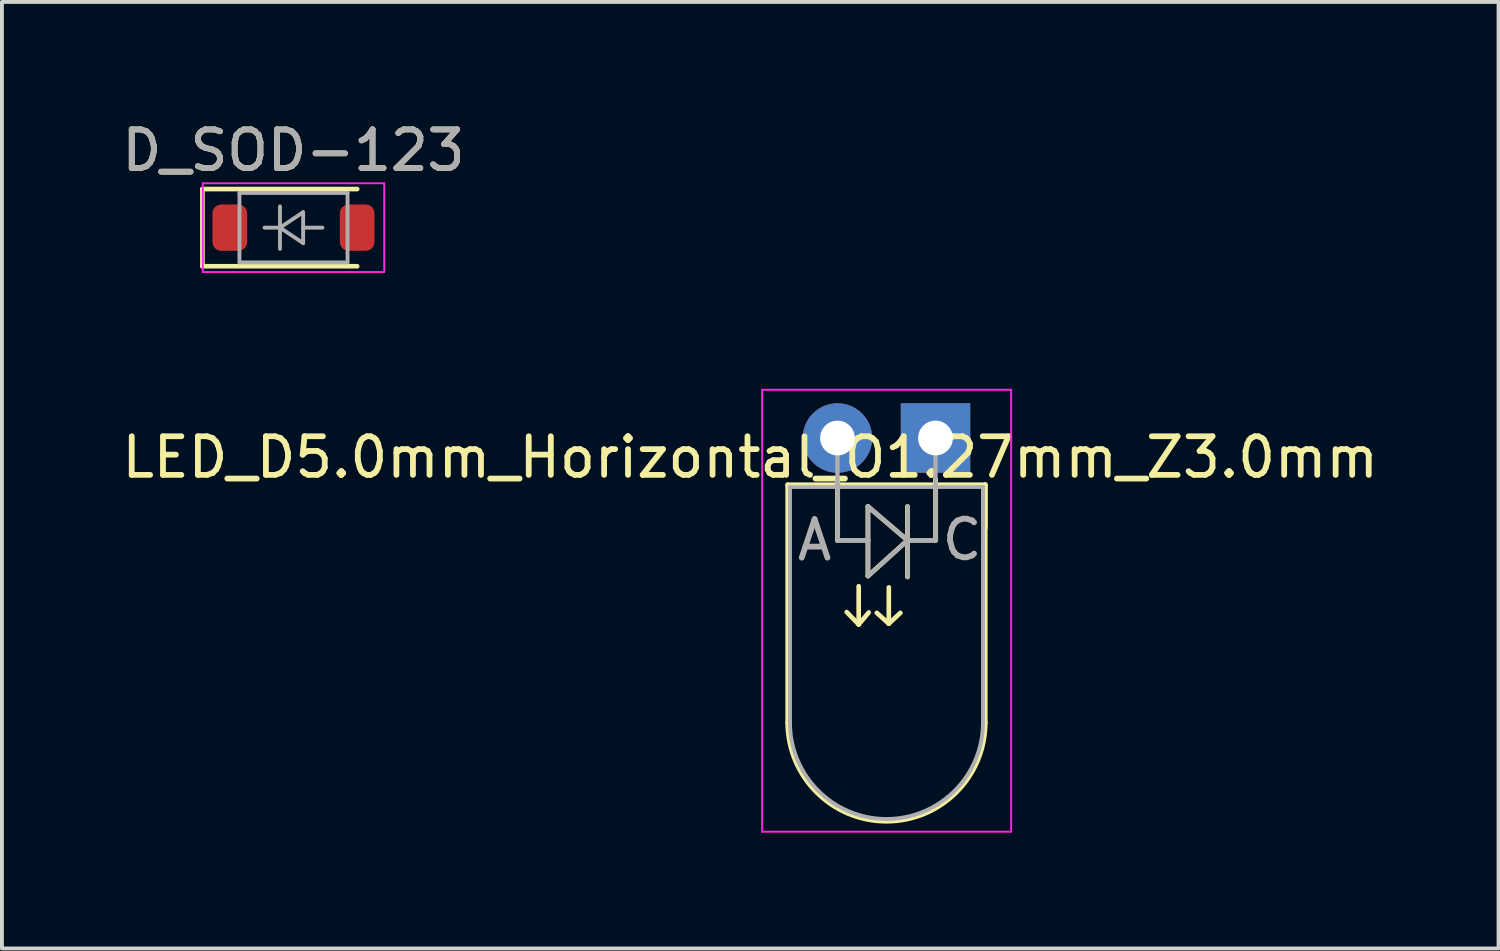
<source format=kicad_pcb>
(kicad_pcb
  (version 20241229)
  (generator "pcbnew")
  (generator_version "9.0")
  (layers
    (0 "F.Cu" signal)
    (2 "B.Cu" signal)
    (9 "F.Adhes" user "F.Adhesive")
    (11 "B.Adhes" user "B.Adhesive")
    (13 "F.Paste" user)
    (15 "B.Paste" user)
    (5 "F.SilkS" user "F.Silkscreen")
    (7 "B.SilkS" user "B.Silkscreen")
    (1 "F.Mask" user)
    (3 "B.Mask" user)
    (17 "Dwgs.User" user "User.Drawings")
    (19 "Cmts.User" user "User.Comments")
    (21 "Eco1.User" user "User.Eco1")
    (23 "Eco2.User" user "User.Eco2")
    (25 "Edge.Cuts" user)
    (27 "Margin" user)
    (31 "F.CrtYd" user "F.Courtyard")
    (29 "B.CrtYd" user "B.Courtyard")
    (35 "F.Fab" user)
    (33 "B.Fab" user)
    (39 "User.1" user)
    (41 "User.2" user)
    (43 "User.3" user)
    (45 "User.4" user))
  (footprint "D_SOD-123"
    (layer "F.Cu")
    (at 4.554 2.848)
    (property "Reference" "D_SOD-123" (at 0 -2 0) (layer "F.SilkS") (effects (font (size 1 1) (thickness 0.15))))
    (attr smd)
    (fp_line (start -2.36 -1) (end -2.36 1) (stroke (width 0.12) (type solid)) (layer "F.SilkS"))
    (fp_line (start -2.36 -1) (end 1.65 -1) (stroke (width 0.12) (type solid)) (layer "F.SilkS"))
    (fp_line (start -2.36 1) (end 1.65 1) (stroke (width 0.12) (type solid)) (layer "F.SilkS"))
    (fp_line (start -2.35 -1.15) (end -2.35 1.15) (stroke (width 0.05) (type solid)) (layer "F.CrtYd"))
    (fp_line (start -2.35 -1.15) (end 2.35 -1.15) (stroke (width 0.05) (type solid)) (layer "F.CrtYd"))
    (fp_line (start 2.35 -1.15) (end 2.35 1.15) (stroke (width 0.05) (type solid)) (layer "F.CrtYd"))
    (fp_line (start 2.35 1.15) (end -2.35 1.15) (stroke (width 0.05) (type solid)) (layer "F.CrtYd"))
    (fp_line (start -1.4 -0.9) (end 1.4 -0.9) (stroke (width 0.1) (type solid)) (layer "F.Fab"))
    (fp_line (start -1.4 0.9) (end -1.4 -0.9) (stroke (width 0.1) (type solid)) (layer "F.Fab"))
    (fp_line (start -0.75 0) (end -0.35 0) (stroke (width 0.1) (type solid)) (layer "F.Fab"))
    (fp_line (start -0.35 0) (end -0.35 -0.55) (stroke (width 0.1) (type solid)) (layer "F.Fab"))
    (fp_line (start -0.35 0) (end -0.35 0.55) (stroke (width 0.1) (type solid)) (layer "F.Fab"))
    (fp_line (start -0.35 0) (end 0.25 -0.4) (stroke (width 0.1) (type solid)) (layer "F.Fab"))
    (fp_line (start 0.25 -0.4) (end 0.25 0.4) (stroke (width 0.1) (type solid)) (layer "F.Fab"))
    (fp_line (start 0.25 0) (end 0.75 0) (stroke (width 0.1) (type solid)) (layer "F.Fab"))
    (fp_line (start 0.25 0.4) (end -0.35 0) (stroke (width 0.1) (type solid)) (layer "F.Fab"))
    (fp_line (start 1.4 -0.9) (end 1.4 0.9) (stroke (width 0.1) (type solid)) (layer "F.Fab"))
    (fp_line (start 1.4 0.9) (end -1.4 0.9) (stroke (width 0.1) (type solid)) (layer "F.Fab"))
    (fp_text user "${REFERENCE}" (at 0 -2 0) (layer "F.Fab") (effects (font (size 1 1) (thickness 0.15))))
    (pad "1" smd roundrect (at -1.65 0) (size 0.9 1.2) (layers "F.Cu" "F.Mask" "F.Paste") (roundrect_rratio 0.25))
    (pad "2" smd roundrect (at 1.65 0) (size 0.9 1.2) (layers "F.Cu" "F.Mask" "F.Paste") (roundrect_rratio 0.25)))
  (footprint "LED_D5.0mm_Horizontal_O1.27mm_Z3.0mm"
    (layer "F.Cu")
    (at 18.647 8.298)
    (property "Reference" "LED_D5.0mm_Horizontal_O1.27mm_Z3.0mm" (at -2.26 0.5 0) (layer "F.SilkS") (effects (font (size 1 1) (thickness 0.15))))
    (attr through_hole)
    (fp_line (start -1.29 1.21) (end -1.29 7.37) (stroke (width 0.12) (type solid)) (layer "F.SilkS"))
    (fp_line (start -1.29 1.21) (end 3.83 1.21) (stroke (width 0.12) (type solid)) (layer "F.SilkS"))
    (fp_line (start 0 1.08) (end 0 1.08) (stroke (width 0.12) (type solid)) (layer "F.SilkS"))
    (fp_line (start 0 1.08) (end 0 1.21) (stroke (width 0.12) (type solid)) (layer "F.SilkS"))
    (fp_line (start 0 1.21) (end 0 1.08) (stroke (width 0.12) (type solid)) (layer "F.SilkS"))
    (fp_line (start 0 1.21) (end 0 1.21) (stroke (width 0.12) (type solid)) (layer "F.SilkS"))
    (fp_line (start 0 1.21) (end 0 2.65) (stroke (width 0.12) (type default)) (layer "F.SilkS"))
    (fp_line (start 0 2.65) (end 0.787 2.65) (stroke (width 0.12) (type default)) (layer "F.SilkS"))
    (fp_line (start 0.55 3.84) (end 0.55 4.83) (stroke (width 0.12) (type default)) (layer "F.SilkS"))
    (fp_line (start 0.55 4.83) (end 0.24 4.51) (stroke (width 0.12) (type default)) (layer "F.SilkS"))
    (fp_line (start 0.55 4.83) (end 0.81 4.52) (stroke (width 0.12) (type default)) (layer "F.SilkS"))
    (fp_line (start 0.787 1.775) (end 1.812 2.65) (stroke (width 0.12) (type default)) (layer "F.SilkS"))
    (fp_line (start 0.787 2.65) (end 0.787 1.775) (stroke (width 0.12) (type default)) (layer "F.SilkS"))
    (fp_line (start 0.787 3.575) (end 0.787 2.65) (stroke (width 0.12) (type default)) (layer "F.SilkS"))
    (fp_line (start 1.33 3.87) (end 1.33 4.81) (stroke (width 0.12) (type default)) (layer "F.SilkS"))
    (fp_line (start 1.33 4.81) (end 1.02 4.53) (stroke (width 0.12) (type default)) (layer "F.SilkS"))
    (fp_line (start 1.63 4.53) (end 1.33 4.81) (stroke (width 0.12) (type default)) (layer "F.SilkS"))
    (fp_line (start 1.812 1.775) (end 1.812 2.65) (stroke (width 0.12) (type default)) (layer "F.SilkS"))
    (fp_line (start 1.812 2.65) (end 0.787 3.575) (stroke (width 0.12) (type default)) (layer "F.SilkS"))
    (fp_line (start 1.812 3.6) (end 1.812 2.65) (stroke (width 0.12) (type default)) (layer "F.SilkS"))
    (fp_line (start 2.54 1.08) (end 2.54 1.08) (stroke (width 0.12) (type solid)) (layer "F.SilkS"))
    (fp_line (start 2.54 1.08) (end 2.54 1.21) (stroke (width 0.12) (type solid)) (layer "F.SilkS"))
    (fp_line (start 2.54 1.21) (end 2.54 1.08) (stroke (width 0.12) (type solid)) (layer "F.SilkS"))
    (fp_line (start 2.54 1.21) (end 2.54 1.21) (stroke (width 0.12) (type solid)) (layer "F.SilkS"))
    (fp_line (start 2.54 1.21) (end 2.54 2.65) (stroke (width 0.12) (type default)) (layer "F.SilkS"))
    (fp_line (start 2.54 2.65) (end 1.812 2.65) (stroke (width 0.12) (type default)) (layer "F.SilkS"))
    (fp_line (start 3.83 1.21) (end 3.83 7.37) (stroke (width 0.12) (type solid)) (layer "F.SilkS"))
    (fp_line (start 3.83 2.33) (end 3.83 1.21) (stroke (width 0.12) (type solid)) (layer "F.SilkS"))
    (fp_arc (start 3.83 7.37) (mid 1.27 9.93) (end -1.29 7.37) (stroke (width 0.12) (type solid)) (layer "F.SilkS"))
    (fp_line (start -1.95 -1.25) (end -1.95 10.2) (stroke (width 0.05) (type solid)) (layer "F.CrtYd"))
    (fp_line (start -1.95 10.2) (end 4.5 10.2) (stroke (width 0.05) (type solid)) (layer "F.CrtYd"))
    (fp_line (start 4.5 -1.25) (end -1.95 -1.25) (stroke (width 0.05) (type solid)) (layer "F.CrtYd"))
    (fp_line (start 4.5 10.2) (end 4.5 -1.25) (stroke (width 0.05) (type solid)) (layer "F.CrtYd"))
    (fp_line (start -1.23 1.27) (end -1.23 7.37) (stroke (width 0.1) (type solid)) (layer "F.Fab"))
    (fp_line (start -1.23 1.27) (end 3.77 1.27) (stroke (width 0.1) (type solid)) (layer "F.Fab"))
    (fp_line (start 0 0) (end 0 0) (stroke (width 0.1) (type solid)) (layer "F.Fab"))
    (fp_line (start 0 0) (end 0 1.27) (stroke (width 0.1) (type solid)) (layer "F.Fab"))
    (fp_line (start 0 1.27) (end 0 0) (stroke (width 0.1) (type solid)) (layer "F.Fab"))
    (fp_line (start 0 1.27) (end 0 1.27) (stroke (width 0.1) (type solid)) (layer "F.Fab"))
    (fp_line (start 0.007 1.21) (end 0.007 2.65) (stroke (width 0.12) (type default)) (layer "F.Fab"))
    (fp_line (start 0.007 2.65) (end 0.795 2.65) (stroke (width 0.12) (type default)) (layer "F.Fab"))
    (fp_line (start 0.795 1.775) (end 1.82 2.65) (stroke (width 0.12) (type default)) (layer "F.Fab"))
    (fp_line (start 0.795 2.65) (end 0.795 1.775) (stroke (width 0.12) (type default)) (layer "F.Fab"))
    (fp_line (start 0.795 3.575) (end 0.795 2.65) (stroke (width 0.12) (type default)) (layer "F.Fab"))
    (fp_line (start 1.82 1.775) (end 1.82 2.65) (stroke (width 0.12) (type default)) (layer "F.Fab"))
    (fp_line (start 1.82 2.65) (end 0.795 3.575) (stroke (width 0.12) (type default)) (layer "F.Fab"))
    (fp_line (start 1.82 3.6) (end 1.82 2.65) (stroke (width 0.12) (type default)) (layer "F.Fab"))
    (fp_line (start 2.54 0) (end 2.54 0) (stroke (width 0.1) (type solid)) (layer "F.Fab"))
    (fp_line (start 2.54 0) (end 2.54 1.27) (stroke (width 0.1) (type solid)) (layer "F.Fab"))
    (fp_line (start 2.54 1.27) (end 2.54 0) (stroke (width 0.1) (type solid)) (layer "F.Fab"))
    (fp_line (start 2.54 1.27) (end 2.54 1.27) (stroke (width 0.1) (type solid)) (layer "F.Fab"))
    (fp_line (start 2.547 1.21) (end 2.547 2.65) (stroke (width 0.12) (type default)) (layer "F.Fab"))
    (fp_line (start 2.547 2.65) (end 1.82 2.65) (stroke (width 0.12) (type default)) (layer "F.Fab"))
    (fp_line (start 3.77 1.27) (end 3.77 7.37) (stroke (width 0.1) (type solid)) (layer "F.Fab"))
    (fp_line (start 3.77 2.27) (end 3.77 1.27) (stroke (width 0.1) (type solid)) (layer "F.Fab"))
    (fp_arc (start 3.77 7.37) (mid 1.27 9.87) (end -1.23 7.37) (stroke (width 0.1) (type solid)) (layer "F.Fab"))
    (fp_text user "C" (at 2.63 3.22 0) (unlocked yes) (layer "F.Fab") (effects (font (size 1 1) (thickness 0.15)) (justify left bottom)))
    (fp_text user "A" (at -1.12 3.23 0) (unlocked yes) (layer "F.Fab") (effects (font (size 1 1) (thickness 0.15)) (justify left bottom)))
    (pad "1" thru_hole rect (at 2.54 0) (size 1.8 1.8) (drill 0.9) (layers "*.Cu" "*.Mask"))
    (pad "2" thru_hole circle (at 0 0) (size 1.8 1.8) (drill 0.9) (layers "*.Cu" "*.Mask")))
  (gr_rect
    (start -3 -3)
    (end 35.774 21.523)
    (stroke (width 0.1) (type default))
    (fill no)
    (layer "Edge.Cuts")))
</source>
